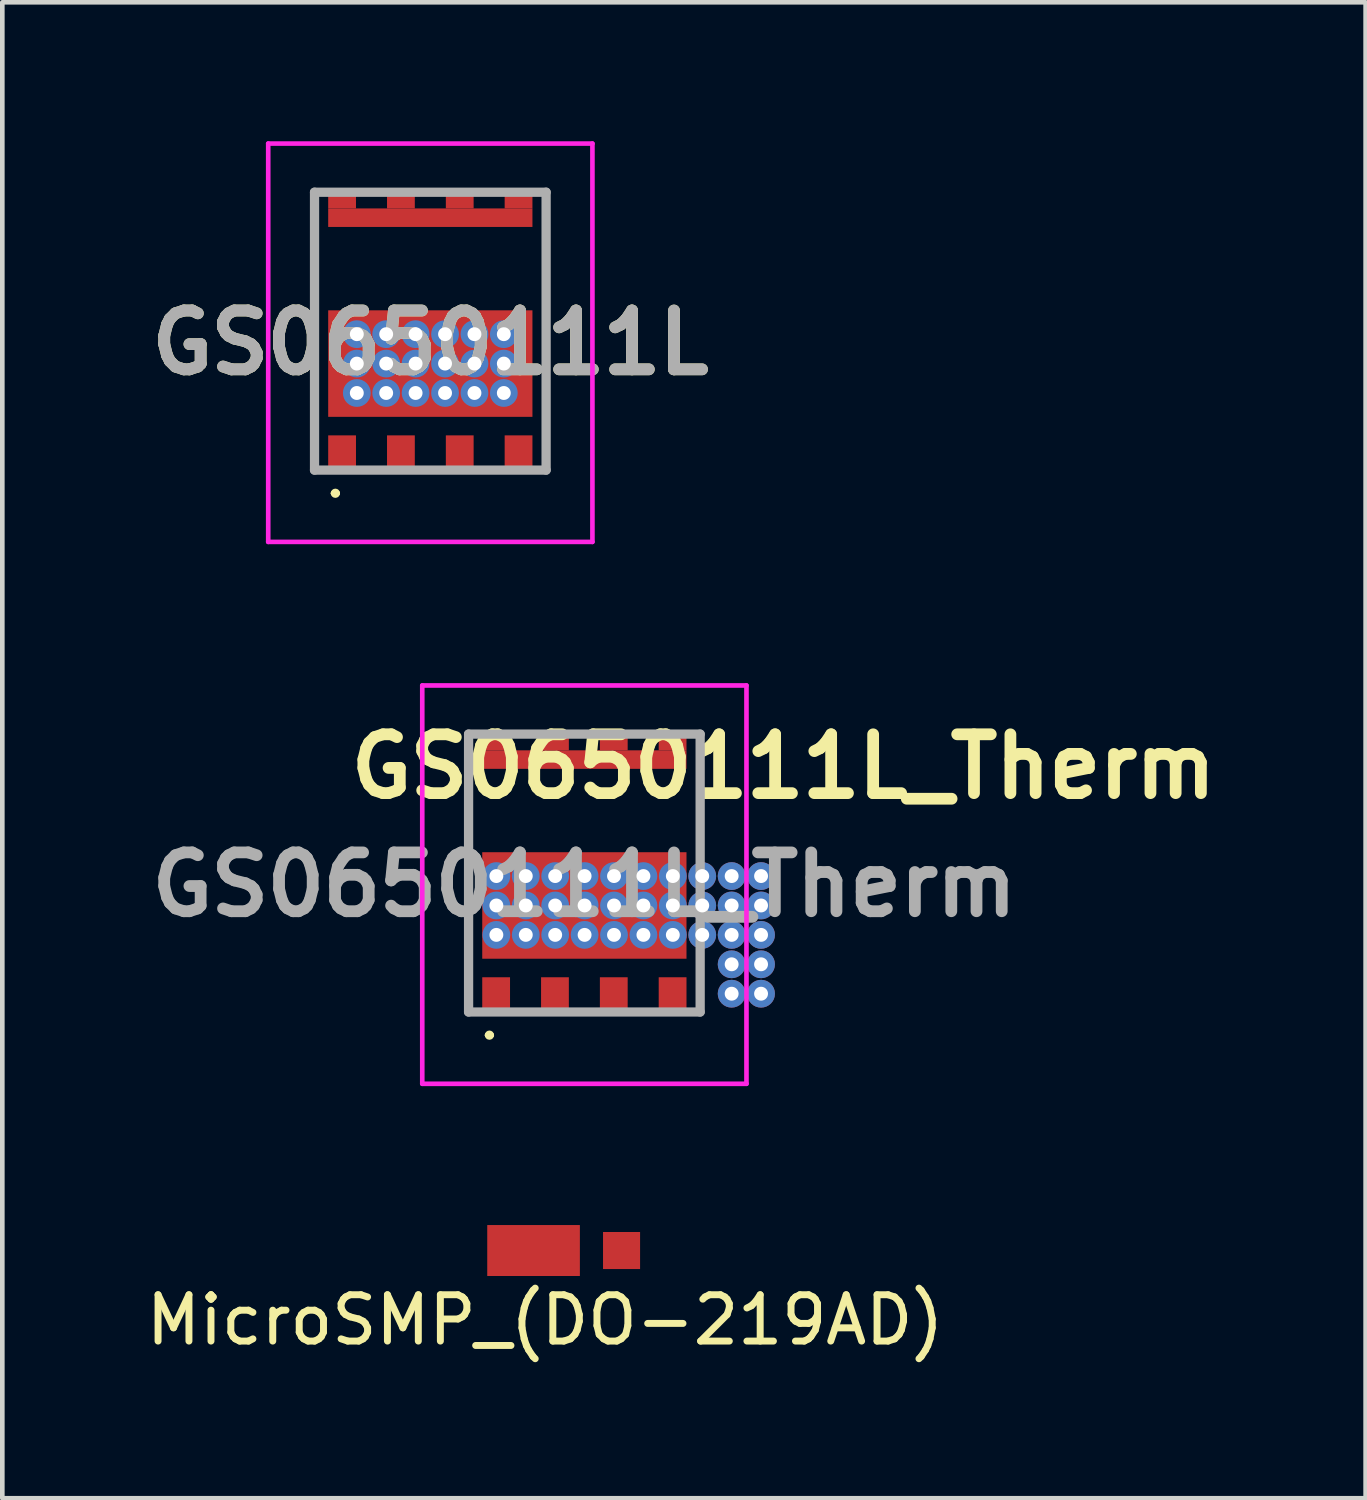
<source format=kicad_pcb>
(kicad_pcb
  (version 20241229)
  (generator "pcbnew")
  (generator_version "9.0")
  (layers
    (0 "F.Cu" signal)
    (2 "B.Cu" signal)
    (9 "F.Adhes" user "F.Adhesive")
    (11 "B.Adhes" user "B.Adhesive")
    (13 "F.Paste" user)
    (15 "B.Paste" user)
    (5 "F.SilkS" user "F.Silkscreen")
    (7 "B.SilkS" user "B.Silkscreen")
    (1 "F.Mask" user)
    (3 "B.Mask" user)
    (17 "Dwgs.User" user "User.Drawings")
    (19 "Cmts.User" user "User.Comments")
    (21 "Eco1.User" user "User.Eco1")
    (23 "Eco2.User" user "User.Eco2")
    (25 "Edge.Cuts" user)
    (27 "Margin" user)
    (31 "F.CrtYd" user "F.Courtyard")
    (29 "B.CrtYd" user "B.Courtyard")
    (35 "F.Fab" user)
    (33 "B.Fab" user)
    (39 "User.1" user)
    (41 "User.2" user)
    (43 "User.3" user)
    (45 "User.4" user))
  (footprint "GS0650111L_Therm"
    (layer "F.Cu")
    (at 9.567 15.7)
    (property "Reference" "GS0650111L_Therm" (at 4.3 -2.2 0) (layer "F.SilkS") (effects (font (size 1.27 1.27) (thickness 0.254))))
    (attr smd)
    (fp_line (start -2.5 -2.9) (end -2.5 3.1) (stroke (width 0.1) (type solid)) (layer "F.SilkS"))
    (fp_line (start -2.1 3.6) (end -2.1 3.6) (stroke (width 0.1) (type solid)) (layer "F.SilkS"))
    (fp_line (start -2 3.6) (end -2 3.6) (stroke (width 0.1) (type solid)) (layer "F.SilkS"))
    (fp_line (start 2.5 -2.9) (end 2.5 3) (stroke (width 0.1) (type solid)) (layer "F.SilkS"))
    (fp_arc (start -2.1 3.6) (mid -2.05 3.55) (end -2 3.6) (stroke (width 0.1) (type solid)) (layer "F.SilkS"))
    (fp_arc (start -2 3.6) (mid -2.05 3.65) (end -2.1 3.6) (stroke (width 0.1) (type solid)) (layer "F.SilkS"))
    (fp_line (start -3.5 -3.95) (end 3.5 -3.95) (stroke (width 0.1) (type solid)) (layer "F.CrtYd"))
    (fp_line (start -3.5 4.65) (end -3.5 -3.95) (stroke (width 0.1) (type solid)) (layer "F.CrtYd"))
    (fp_line (start 3.5 -3.95) (end 3.5 4.65) (stroke (width 0.1) (type solid)) (layer "F.CrtYd"))
    (fp_line (start 3.5 4.65) (end -3.5 4.65) (stroke (width 0.1) (type solid)) (layer "F.CrtYd"))
    (fp_line (start -2.5 -2.9) (end 2.5 -2.9) (stroke (width 0.2) (type solid)) (layer "F.Fab"))
    (fp_line (start -2.5 3.1) (end -2.5 -2.9) (stroke (width 0.2) (type solid)) (layer "F.Fab"))
    (fp_line (start 2.5 -2.9) (end 2.5 3.1) (stroke (width 0.2) (type solid)) (layer "F.Fab"))
    (fp_line (start 2.5 3.1) (end -2.5 3.1) (stroke (width 0.2) (type solid)) (layer "F.Fab"))
    (fp_text user "${REFERENCE}" (at 0 0.35 0) (layer "F.Fab") (effects (font (size 1.27 1.27) (thickness 0.254))))
    (pad "1" smd rect (at -1.905 2.75) (size 0.6 0.8) (layers "F.Cu" "F.Mask" "F.Paste"))
    (pad "2" smd rect (at -0.635 2.75) (size 0.6 0.8) (layers "F.Cu" "F.Mask" "F.Paste"))
    (pad "3" smd rect (at 0.635 2.75) (size 0.6 0.8) (layers "F.Cu" "F.Mask" "F.Paste"))
    (pad "4" smd rect (at 1.905 2.75) (size 0.6 0.8) (layers "F.Cu" "F.Mask" "F.Paste"))
    (pad "5" smd rect (at 0 -2.35 90) (size 0.4 4.41) (layers "F.Cu" "F.Mask" "F.Paste"))
    (pad "6" thru_hole circle (at -1.9 0.165) (size 0.6 0.6) (drill 0.3) (layers "*.Cu" "*.Mask"))
    (pad "6" thru_hole circle (at -1.9 0.8) (size 0.6 0.6) (drill 0.3) (layers "*.Cu" "*.Mask"))
    (pad "6" thru_hole circle (at -1.9 1.435) (size 0.6 0.6) (drill 0.3) (layers "*.Cu" "*.Mask"))
    (pad "6" thru_hole circle (at -1.265 0.165) (size 0.6 0.6) (drill 0.3) (layers "*.Cu" "*.Mask"))
    (pad "6" thru_hole circle (at -1.265 0.8) (size 0.6 0.6) (drill 0.3) (layers "*.Cu" "*.Mask"))
    (pad "6" thru_hole circle (at -1.265 1.435) (size 0.6 0.6) (drill 0.3) (layers "*.Cu" "*.Mask"))
    (pad "6" thru_hole circle (at -0.63 0.165) (size 0.6 0.6) (drill 0.3) (layers "*.Cu" "*.Mask"))
    (pad "6" thru_hole circle (at -0.63 0.8) (size 0.6 0.6) (drill 0.3) (layers "*.Cu" "*.Mask"))
    (pad "6" thru_hole circle (at -0.63 1.435) (size 0.6 0.6) (drill 0.3) (layers "*.Cu" "*.Mask"))
    (pad "6" smd rect (at 0 0.8 90) (size 2.3 4.41) (layers "F.Cu" "F.Mask" "F.Paste"))
    (pad "6" thru_hole circle (at 0.005 0.165) (size 0.6 0.6) (drill 0.3) (layers "*.Cu" "*.Mask"))
    (pad "6" thru_hole circle (at 0.005 0.8) (size 0.6 0.6) (drill 0.3) (layers "*.Cu" "*.Mask"))
    (pad "6" thru_hole circle (at 0.005 1.435) (size 0.6 0.6) (drill 0.3) (layers "*.Cu" "*.Mask"))
    (pad "6" thru_hole circle (at 0.64 0.165) (size 0.6 0.6) (drill 0.3) (layers "*.Cu" "*.Mask"))
    (pad "6" thru_hole circle (at 0.64 0.8) (size 0.6 0.6) (drill 0.3) (layers "*.Cu" "*.Mask"))
    (pad "6" thru_hole circle (at 0.64 1.435) (size 0.6 0.6) (drill 0.3) (layers "*.Cu" "*.Mask"))
    (pad "6" thru_hole circle (at 1.275 0.165) (size 0.6 0.6) (drill 0.3) (layers "*.Cu" "*.Mask"))
    (pad "6" thru_hole circle (at 1.275 0.8) (size 0.6 0.6) (drill 0.3) (layers "*.Cu" "*.Mask"))
    (pad "6" thru_hole circle (at 1.275 1.435) (size 0.6 0.6) (drill 0.3) (layers "*.Cu" "*.Mask"))
    (pad "6" thru_hole circle (at 1.91 0.165) (size 0.6 0.6) (drill 0.3) (layers "*.Cu" "*.Mask"))
    (pad "6" thru_hole circle (at 1.91 0.8) (size 0.6 0.6) (drill 0.3) (layers "*.Cu" "*.Mask"))
    (pad "6" thru_hole circle (at 1.91 1.435) (size 0.6 0.6) (drill 0.3) (layers "*.Cu" "*.Mask"))
    (pad "6" thru_hole circle (at 2.545 0.165) (size 0.6 0.6) (drill 0.3) (layers "*.Cu" "*.Mask"))
    (pad "6" thru_hole circle (at 2.545 0.8) (size 0.6 0.6) (drill 0.3) (layers "*.Cu" "*.Mask"))
    (pad "6" thru_hole circle (at 2.545 1.435) (size 0.6 0.6) (drill 0.3) (layers "*.Cu" "*.Mask"))
    (pad "6" thru_hole circle (at 3.18 0.165) (size 0.6 0.6) (drill 0.3) (layers "*.Cu" "*.Mask"))
    (pad "6" thru_hole circle (at 3.18 0.8) (size 0.6 0.6) (drill 0.3) (layers "*.Cu" "*.Mask"))
    (pad "6" thru_hole circle (at 3.18 1.435) (size 0.6 0.6) (drill 0.3) (layers "*.Cu" "*.Mask"))
    (pad "6" thru_hole circle (at 3.18 2.07) (size 0.6 0.6) (drill 0.3) (layers "*.Cu" "*.Mask"))
    (pad "6" thru_hole circle (at 3.18 2.705) (size 0.6 0.6) (drill 0.3) (layers "*.Cu" "*.Mask"))
    (pad "6" thru_hole circle (at 3.815 0.165) (size 0.6 0.6) (drill 0.3) (layers "*.Cu" "*.Mask"))
    (pad "6" thru_hole circle (at 3.815 0.8) (size 0.6 0.6) (drill 0.3) (layers "*.Cu" "*.Mask"))
    (pad "6" thru_hole circle (at 3.815 1.435) (size 0.6 0.6) (drill 0.3) (layers "*.Cu" "*.Mask"))
    (pad "6" thru_hole circle (at 3.815 2.07) (size 0.6 0.6) (drill 0.3) (layers "*.Cu" "*.Mask"))
    (pad "6" thru_hole circle (at 3.815 2.705) (size 0.6 0.6) (drill 0.3) (layers "*.Cu" "*.Mask"))
    (pad "7" smd rect (at 1.905 -2.75 90) (size 0.4 0.6) (layers "F.Cu" "F.Mask" "F.Paste"))
    (pad "8" smd rect (at 0.635 -2.75 90) (size 0.4 0.6) (layers "F.Cu" "F.Mask" "F.Paste"))
    (pad "9" smd rect (at -0.635 -2.75 90) (size 0.4 0.6) (layers "F.Cu" "F.Mask" "F.Paste"))
    (pad "10" smd rect (at -1.905 -2.75 90) (size 0.4 0.6) (layers "F.Cu" "F.Mask" "F.Paste")))
  (footprint "GS0650111L"
    (layer "F.Cu")
    (at 6.241 4)
    (property "Reference" "GS0650111L" (at 0 0.35 0) (layer "F.SilkS") (effects (font (size 1.27 1.27) (thickness 0.254))))
    (attr smd)
    (fp_line (start -2.5 -2.9) (end -2.5 3.1) (stroke (width 0.1) (type solid)) (layer "F.SilkS"))
    (fp_line (start -2.1 3.6) (end -2.1 3.6) (stroke (width 0.1) (type solid)) (layer "F.SilkS"))
    (fp_line (start -2 3.6) (end -2 3.6) (stroke (width 0.1) (type solid)) (layer "F.SilkS"))
    (fp_line (start 2.5 -2.9) (end 2.5 3) (stroke (width 0.1) (type solid)) (layer "F.SilkS"))
    (fp_arc (start -2.1 3.6) (mid -2.05 3.55) (end -2 3.6) (stroke (width 0.1) (type solid)) (layer "F.SilkS"))
    (fp_arc (start -2 3.6) (mid -2.05 3.65) (end -2.1 3.6) (stroke (width 0.1) (type solid)) (layer "F.SilkS"))
    (fp_line (start -3.5 -3.95) (end 3.5 -3.95) (stroke (width 0.1) (type solid)) (layer "F.CrtYd"))
    (fp_line (start -3.5 4.65) (end -3.5 -3.95) (stroke (width 0.1) (type solid)) (layer "F.CrtYd"))
    (fp_line (start 3.5 -3.95) (end 3.5 4.65) (stroke (width 0.1) (type solid)) (layer "F.CrtYd"))
    (fp_line (start 3.5 4.65) (end -3.5 4.65) (stroke (width 0.1) (type solid)) (layer "F.CrtYd"))
    (fp_line (start -2.5 -2.9) (end 2.5 -2.9) (stroke (width 0.2) (type solid)) (layer "F.Fab"))
    (fp_line (start -2.5 3.1) (end -2.5 -2.9) (stroke (width 0.2) (type solid)) (layer "F.Fab"))
    (fp_line (start 2.5 -2.9) (end 2.5 3.1) (stroke (width 0.2) (type solid)) (layer "F.Fab"))
    (fp_line (start 2.5 3.1) (end -2.5 3.1) (stroke (width 0.2) (type solid)) (layer "F.Fab"))
    (fp_text user "${REFERENCE}" (at 0 0.35 0) (layer "F.Fab") (effects (font (size 1.27 1.27) (thickness 0.254))))
    (pad "1" smd rect (at -1.905 2.75) (size 0.6 0.8) (layers "F.Cu" "F.Mask" "F.Paste"))
    (pad "2" smd rect (at -0.635 2.75) (size 0.6 0.8) (layers "F.Cu" "F.Mask" "F.Paste"))
    (pad "3" smd rect (at 0.635 2.75) (size 0.6 0.8) (layers "F.Cu" "F.Mask" "F.Paste"))
    (pad "4" smd rect (at 1.905 2.75) (size 0.6 0.8) (layers "F.Cu" "F.Mask" "F.Paste"))
    (pad "5" smd rect (at 0 -2.35 90) (size 0.4 4.41) (layers "F.Cu" "F.Mask" "F.Paste"))
    (pad "6" thru_hole circle (at -1.587 0.165) (size 0.6 0.6) (drill 0.3) (layers "*.Cu" "*.Mask"))
    (pad "6" thru_hole circle (at -1.587 0.8) (size 0.6 0.6) (drill 0.3) (layers "*.Cu" "*.Mask"))
    (pad "6" thru_hole circle (at -1.587 1.435) (size 0.6 0.6) (drill 0.3) (layers "*.Cu" "*.Mask"))
    (pad "6" thru_hole circle (at -0.953 0.165) (size 0.6 0.6) (drill 0.3) (layers "*.Cu" "*.Mask"))
    (pad "6" thru_hole circle (at -0.953 0.8) (size 0.6 0.6) (drill 0.3) (layers "*.Cu" "*.Mask"))
    (pad "6" thru_hole circle (at -0.953 1.435) (size 0.6 0.6) (drill 0.3) (layers "*.Cu" "*.Mask"))
    (pad "6" thru_hole circle (at -0.318 0.165) (size 0.6 0.6) (drill 0.3) (layers "*.Cu" "*.Mask"))
    (pad "6" thru_hole circle (at -0.318 0.8) (size 0.6 0.6) (drill 0.3) (layers "*.Cu" "*.Mask"))
    (pad "6" thru_hole circle (at -0.318 1.435) (size 0.6 0.6) (drill 0.3) (layers "*.Cu" "*.Mask"))
    (pad "6" smd rect (at 0 0.8 90) (size 2.3 4.41) (layers "F.Cu" "F.Mask" "F.Paste"))
    (pad "6" thru_hole circle (at 0.318 0.165) (size 0.6 0.6) (drill 0.3) (layers "*.Cu" "*.Mask"))
    (pad "6" thru_hole circle (at 0.318 0.8) (size 0.6 0.6) (drill 0.3) (layers "*.Cu" "*.Mask"))
    (pad "6" thru_hole circle (at 0.318 1.435) (size 0.6 0.6) (drill 0.3) (layers "*.Cu" "*.Mask"))
    (pad "6" thru_hole circle (at 0.953 0.165) (size 0.6 0.6) (drill 0.3) (layers "*.Cu" "*.Mask"))
    (pad "6" thru_hole circle (at 0.953 0.8) (size 0.6 0.6) (drill 0.3) (layers "*.Cu" "*.Mask"))
    (pad "6" thru_hole circle (at 0.953 1.435) (size 0.6 0.6) (drill 0.3) (layers "*.Cu" "*.Mask"))
    (pad "6" thru_hole circle (at 1.587 0.165) (size 0.6 0.6) (drill 0.3) (layers "*.Cu" "*.Mask"))
    (pad "6" thru_hole circle (at 1.587 0.8) (size 0.6 0.6) (drill 0.3) (layers "*.Cu" "*.Mask"))
    (pad "6" thru_hole circle (at 1.587 1.435) (size 0.6 0.6) (drill 0.3) (layers "*.Cu" "*.Mask"))
    (pad "7" smd rect (at 1.905 -2.75 90) (size 0.4 0.6) (layers "F.Cu" "F.Mask" "F.Paste"))
    (pad "8" smd rect (at 0.635 -2.75 90) (size 0.4 0.6) (layers "F.Cu" "F.Mask" "F.Paste"))
    (pad "9" smd rect (at -0.635 -2.75 90) (size 0.4 0.6) (layers "F.Cu" "F.Mask" "F.Paste"))
    (pad "10" smd rect (at -1.905 -2.75 90) (size 0.4 0.6) (layers "F.Cu" "F.Mask" "F.Paste")))
  (footprint "MicroSMP_(DO-219AD)"
    (layer "F.Cu")
    (at 8.47 23.95)
    (property "Reference" "MicroSMP_(DO-219AD)" (at 0.25 1.5 0) (layer "F.SilkS") (effects (font (size 1 1) (thickness 0.15))))
    (attr through_hole)
    (pad "1" smd rect (at 0 0) (size 2 1.1) (layers "F.Cu" "F.Mask" "F.Paste"))
    (pad "2" smd rect (at 1.9 0) (size 0.8 0.8) (layers "F.Cu" "F.Mask" "F.Paste")))
  (gr_rect
    (start -3 -3)
    (end 26.435 29.298)
    (stroke (width 0.1) (type default))
    (fill no)
    (layer "Edge.Cuts")))
</source>
